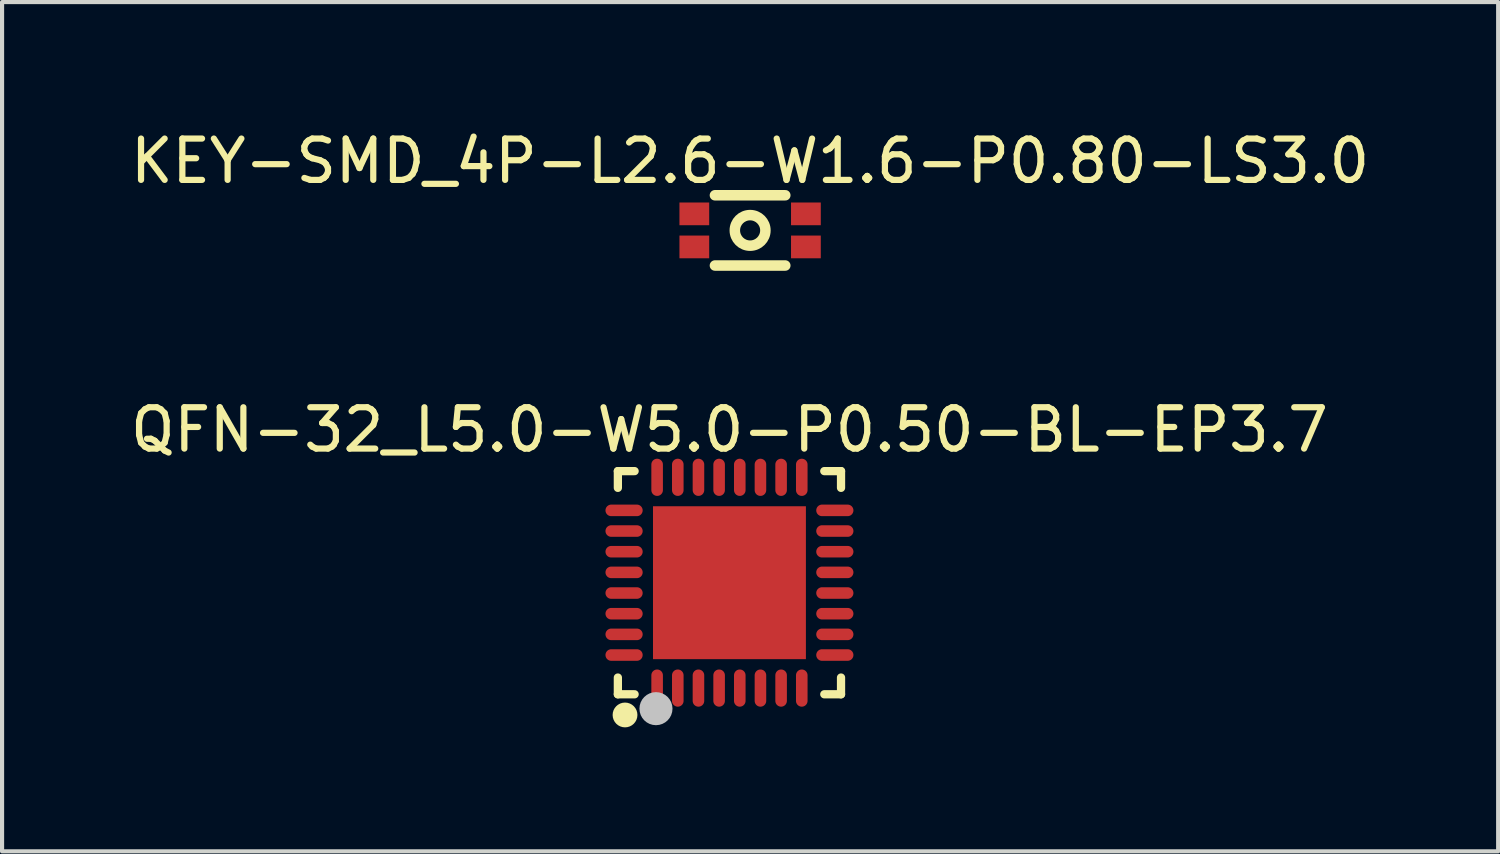
<source format=kicad_pcb>
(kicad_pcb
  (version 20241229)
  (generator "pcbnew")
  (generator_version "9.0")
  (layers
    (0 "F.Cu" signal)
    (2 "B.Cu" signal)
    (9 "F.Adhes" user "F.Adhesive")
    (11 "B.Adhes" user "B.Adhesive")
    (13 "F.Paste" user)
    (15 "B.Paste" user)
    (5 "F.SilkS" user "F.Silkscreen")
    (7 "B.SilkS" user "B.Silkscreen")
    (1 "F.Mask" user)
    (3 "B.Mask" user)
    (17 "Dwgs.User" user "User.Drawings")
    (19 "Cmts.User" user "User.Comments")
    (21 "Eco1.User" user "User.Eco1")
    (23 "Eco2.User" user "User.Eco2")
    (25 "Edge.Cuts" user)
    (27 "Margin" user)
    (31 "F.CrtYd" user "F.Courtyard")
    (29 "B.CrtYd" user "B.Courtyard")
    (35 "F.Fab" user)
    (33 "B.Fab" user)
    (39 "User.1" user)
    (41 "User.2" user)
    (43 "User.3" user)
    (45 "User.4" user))
  (footprint "KEY-SMD_4P-L2.6-W1.6-P0.80-LS3.0"
    (layer "F.Cu")
    (at 15.101 2.525)
    (property "Reference" "KEY-SMD_4P-L2.6-W1.6-P0.80-LS3.0" (at 0 -1.677 0) (layer "F.SilkS") (effects (font (size 1 1) (thickness 0.15))))
    (fp_line (start -0.851 -0.85) (end 0.851 -0.85) (stroke (width 0.254) (type default)) (layer "F.SilkS"))
    (fp_line (start -0.851 0.85) (end 0.851 0.85) (stroke (width 0.254) (type default)) (layer "F.SilkS"))
    (fp_circle (center 0 0) (end 0.37 0) (stroke (width 0.254) (type default)) (fill no) (layer "F.SilkS"))
    (fp_poly (pts (xy -1.05 -0.65) (xy -1.05 0) (xy -1.25 0) (xy -1.25 -0.125) (xy -1.5 -0.125) (xy -1.5 -0.45) (xy -1.25 -0.45) (xy -1.25 -0.65)) (stroke (width 0.1) (type default)) (fill no) (layer "User.1"))
    (fp_poly (pts (xy -1.05 0.65) (xy -1.05 0) (xy -1.25 0) (xy -1.25 0.125) (xy -1.5 0.125) (xy -1.5 0.45) (xy -1.25 0.45) (xy -1.25 0.65)) (stroke (width 0.1) (type default)) (fill no) (layer "User.1"))
    (fp_poly (pts (xy 1.05 -0.65) (xy 1.05 0) (xy 1.25 0) (xy 1.25 -0.125) (xy 1.5 -0.125) (xy 1.5 -0.45) (xy 1.25 -0.45) (xy 1.25 -0.65)) (stroke (width 0.1) (type default)) (fill no) (layer "User.1"))
    (fp_poly (pts (xy 1.05 0.65) (xy 1.05 0) (xy 1.25 0) (xy 1.25 0.125) (xy 1.5 0.125) (xy 1.5 0.45) (xy 1.25 0.45) (xy 1.25 0.65)) (stroke (width 0.1) (type default)) (fill no) (layer "User.1"))
    (fp_line (start -1.3 -0.8) (end 1.3 -0.8) (stroke (width 0.051) (type default)) (layer "User.2"))
    (fp_line (start -1.3 0.8) (end -1.3 -0.8) (stroke (width 0.051) (type default)) (layer "User.2"))
    (fp_line (start 1.3 -0.8) (end 1.3 0.8) (stroke (width 0.051) (type default)) (layer "User.2"))
    (fp_line (start 1.3 0.8) (end -1.3 0.8) (stroke (width 0.051) (type default)) (layer "User.2"))
    (fp_poly (pts (xy -1.445 -0.823) (xy -1.477 -0.855) (xy -1.523 -0.855) (xy -1.555 -0.823) (xy -1.555 -0.777) (xy -1.523 -0.745) (xy -1.477 -0.745) (xy -1.445 -0.777)) (stroke (width 0.1) (type default)) (fill no) (layer "User.3"))
    (pad "1" smd rect (at -1.35 -0.4) (size 0.72 0.55) (layers "F.Cu" "F.Mask" "F.Paste"))
    (pad "2" smd rect (at 1.35 -0.4) (size 0.72 0.55) (layers "F.Cu" "F.Mask" "F.Paste"))
    (pad "3" smd rect (at -1.35 0.4) (size 0.72 0.55) (layers "F.Cu" "F.Mask" "F.Paste"))
    (pad "4" smd rect (at 1.35 0.4) (size 0.72 0.55) (layers "F.Cu" "F.Mask" "F.Paste")))
  (footprint "QFN-32_L5.0-W5.0-P0.50-BL-EP3.7"
    (layer "F.Cu")
    (at 14.601 11.05)
    (property "Reference" "QFN-32_L5.0-W5.0-P0.50-BL-EP3.7" (at 0 -3.7 0) (layer "F.SilkS") (effects (font (size 1 1) (thickness 0.15))))
    (fp_line (start -2.7 -2.7) (end -2.295 -2.7) (stroke (width 0.2) (type default)) (layer "F.SilkS"))
    (fp_line (start -2.7 -2.295) (end -2.7 -2.7) (stroke (width 0.2) (type default)) (layer "F.SilkS"))
    (fp_line (start -2.7 2.7) (end -2.7 2.295) (stroke (width 0.2) (type default)) (layer "F.SilkS"))
    (fp_line (start -2.295 2.7) (end -2.7 2.7) (stroke (width 0.2) (type default)) (layer "F.SilkS"))
    (fp_line (start 2.295 2.7) (end 2.7 2.7) (stroke (width 0.2) (type default)) (layer "F.SilkS"))
    (fp_line (start 2.7 -2.7) (end 2.295 -2.7) (stroke (width 0.2) (type default)) (layer "F.SilkS"))
    (fp_line (start 2.7 -2.295) (end 2.7 -2.7) (stroke (width 0.2) (type default)) (layer "F.SilkS"))
    (fp_line (start 2.7 2.7) (end 2.7 2.295) (stroke (width 0.2) (type default)) (layer "F.SilkS"))
    (fp_arc (start -2.5255 3.0505) (mid -2.52625 3.350503) (end -2.528 3.0505) (stroke (width 0.3) (type default)) (layer "F.SilkS"))
    (fp_poly (pts (xy -1.5 -1.5) (xy 1.5 -1.5) (xy 1.5 1.5) (xy -1.5 1.5)) (stroke (width 0) (type default)) (fill yes) (layer "F.Paste"))
    (fp_poly (pts (arc (start -2.86 -1.61) (mid -3 -1.75) (end -2.86 -1.89)) (arc (start -2.2405 -1.89) (mid -2.1005 -1.75) (end -2.2405 -1.61))) (stroke (width 0) (type default)) (fill yes) (layer "F.Paste"))
    (fp_poly (pts (arc (start -2.86 -1.11) (mid -3 -1.25) (end -2.86 -1.39)) (arc (start -2.2405 -1.39) (mid -2.1005 -1.25) (end -2.2405 -1.11))) (stroke (width 0) (type default)) (fill yes) (layer "F.Paste"))
    (fp_poly (pts (arc (start -2.86 -0.6095) (mid -3 -0.7495) (end -2.86 -0.8895)) (arc (start -2.2405 -0.8895) (mid -2.1005 -0.7495) (end -2.2405 -0.6095))) (stroke (width 0) (type default)) (fill yes) (layer "F.Paste"))
    (fp_poly (pts (arc (start -2.86 -0.109) (mid -3 -0.249) (end -2.86 -0.389)) (arc (start -2.2405 -0.389) (mid -2.1005 -0.249) (end -2.2405 -0.109))) (stroke (width 0) (type default)) (fill yes) (layer "F.Paste"))
    (fp_poly (pts (arc (start -2.86 0.389) (mid -3 0.249) (end -2.86 0.109)) (arc (start -2.2405 0.109) (mid -2.1005 0.249) (end -2.2405 0.389))) (stroke (width 0) (type default)) (fill yes) (layer "F.Paste"))
    (fp_poly (pts (arc (start -2.86 0.889) (mid -3 0.749) (end -2.86 0.609)) (arc (start -2.2405 0.609) (mid -2.1005 0.749) (end -2.2405 0.889))) (stroke (width 0) (type default)) (fill yes) (layer "F.Paste"))
    (fp_poly (pts (arc (start -2.86 1.3895) (mid -3 1.2495) (end -2.86 1.1095)) (arc (start -2.2405 1.1095) (mid -2.1005 1.2495) (end -2.2405 1.3895))) (stroke (width 0) (type default)) (fill yes) (layer "F.Paste"))
    (fp_poly (pts (arc (start -2.86 1.89) (mid -3 1.75) (end -2.86 1.61)) (arc (start -2.2405 1.61) (mid -2.1005 1.75) (end -2.2405 1.89))) (stroke (width 0) (type default)) (fill yes) (layer "F.Paste"))
    (fp_poly (pts (arc (start -1.89 -2.86) (mid -1.75 -3) (end -1.61 -2.86)) (arc (start -1.61 -2.24) (mid -1.75 -2.1) (end -1.89 -2.24))) (stroke (width 0) (type default)) (fill yes) (layer "F.Paste"))
    (fp_poly (pts (arc (start -1.89 2.24) (mid -1.75 2.1) (end -1.61 2.24)) (arc (start -1.61 2.86) (mid -1.75 3) (end -1.89 2.86))) (stroke (width 0) (type default)) (fill yes) (layer "F.Paste"))
    (fp_poly (pts (arc (start -1.39 -2.86) (mid -1.25 -3) (end -1.11 -2.86)) (arc (start -1.11 -2.24) (mid -1.25 -2.1) (end -1.39 -2.24))) (stroke (width 0) (type default)) (fill yes) (layer "F.Paste"))
    (fp_poly (pts (arc (start -1.39 2.24) (mid -1.25 2.1) (end -1.11 2.24)) (arc (start -1.11 2.86) (mid -1.25 3) (end -1.39 2.86))) (stroke (width 0) (type default)) (fill yes) (layer "F.Paste"))
    (fp_poly (pts (arc (start -0.8895 -2.86) (mid -0.7495 -3) (end -0.6095 -2.86)) (arc (start -0.6095 -2.24) (mid -0.7495 -2.1) (end -0.8895 -2.24))) (stroke (width 0) (type default)) (fill yes) (layer "F.Paste"))
    (fp_poly (pts (arc (start -0.8895 2.24) (mid -0.7495 2.1) (end -0.6095 2.24)) (arc (start -0.6095 2.86) (mid -0.7495 3) (end -0.8895 2.86))) (stroke (width 0) (type default)) (fill yes) (layer "F.Paste"))
    (fp_poly (pts (arc (start -0.389 -2.86) (mid -0.249 -3) (end -0.109 -2.86)) (arc (start -0.109 -2.24) (mid -0.249 -2.1) (end -0.389 -2.24))) (stroke (width 0) (type default)) (fill yes) (layer "F.Paste"))
    (fp_poly (pts (arc (start -0.389 2.24) (mid -0.249 2.1) (end -0.109 2.24)) (arc (start -0.109 2.86) (mid -0.249 3) (end -0.389 2.86))) (stroke (width 0) (type default)) (fill yes) (layer "F.Paste"))
    (fp_poly (pts (arc (start 0.109 -2.86) (mid 0.249 -3) (end 0.389 -2.86)) (arc (start 0.389 -2.24) (mid 0.249 -2.1) (end 0.109 -2.24))) (stroke (width 0) (type default)) (fill yes) (layer "F.Paste"))
    (fp_poly (pts (arc (start 0.109 2.24) (mid 0.249 2.1) (end 0.389 2.24)) (arc (start 0.389 2.86) (mid 0.249 3) (end 0.109 2.86))) (stroke (width 0) (type default)) (fill yes) (layer "F.Paste"))
    (fp_poly (pts (arc (start 0.609 -2.86) (mid 0.749 -3) (end 0.889 -2.86)) (arc (start 0.889 -2.24) (mid 0.749 -2.1) (end 0.609 -2.24))) (stroke (width 0) (type default)) (fill yes) (layer "F.Paste"))
    (fp_poly (pts (arc (start 0.609 2.24) (mid 0.749 2.1) (end 0.889 2.24)) (arc (start 0.889 2.86) (mid 0.749 3) (end 0.609 2.86))) (stroke (width 0) (type default)) (fill yes) (layer "F.Paste"))
    (fp_poly (pts (arc (start 1.1095 -2.86) (mid 1.2495 -3) (end 1.3895 -2.86)) (arc (start 1.3895 -2.24) (mid 1.2495 -2.1) (end 1.1095 -2.24))) (stroke (width 0) (type default)) (fill yes) (layer "F.Paste"))
    (fp_poly (pts (arc (start 1.1095 2.24) (mid 1.2495 2.1) (end 1.3895 2.24)) (arc (start 1.3895 2.86) (mid 1.2495 3) (end 1.1095 2.86))) (stroke (width 0) (type default)) (fill yes) (layer "F.Paste"))
    (fp_poly (pts (arc (start 1.61 -2.86) (mid 1.75 -3) (end 1.89 -2.86)) (arc (start 1.89 -2.24) (mid 1.75 -2.1) (end 1.61 -2.24))) (stroke (width 0) (type default)) (fill yes) (layer "F.Paste"))
    (fp_poly (pts (arc (start 1.61 2.24) (mid 1.75 2.1) (end 1.89 2.24)) (arc (start 1.89 2.86) (mid 1.75 3) (end 1.61 2.86))) (stroke (width 0) (type default)) (fill yes) (layer "F.Paste"))
    (fp_poly (pts (arc (start 2.24 -1.61) (mid 2.1 -1.75) (end 2.24 -1.89)) (arc (start 2.86 -1.89) (mid 3 -1.75) (end 2.86 -1.61))) (stroke (width 0) (type default)) (fill yes) (layer "F.Paste"))
    (fp_poly (pts (arc (start 2.24 -1.11) (mid 2.1 -1.25) (end 2.24 -1.39)) (arc (start 2.86 -1.39) (mid 3 -1.25) (end 2.86 -1.11))) (stroke (width 0) (type default)) (fill yes) (layer "F.Paste"))
    (fp_poly (pts (arc (start 2.24 -0.6095) (mid 2.1 -0.7495) (end 2.24 -0.8895)) (arc (start 2.86 -0.8895) (mid 3 -0.7495) (end 2.86 -0.6095))) (stroke (width 0) (type default)) (fill yes) (layer "F.Paste"))
    (fp_poly (pts (arc (start 2.24 -0.109) (mid 2.1 -0.249) (end 2.24 -0.389)) (arc (start 2.86 -0.389) (mid 3 -0.249) (end 2.86 -0.109))) (stroke (width 0) (type default)) (fill yes) (layer "F.Paste"))
    (fp_poly (pts (arc (start 2.24 0.389) (mid 2.1 0.249) (end 2.24 0.109)) (arc (start 2.86 0.109) (mid 3 0.249) (end 2.86 0.389))) (stroke (width 0) (type default)) (fill yes) (layer "F.Paste"))
    (fp_poly (pts (arc (start 2.24 0.889) (mid 2.1 0.749) (end 2.24 0.609)) (arc (start 2.86 0.609) (mid 3 0.749) (end 2.86 0.889))) (stroke (width 0) (type default)) (fill yes) (layer "F.Paste"))
    (fp_poly (pts (arc (start 2.24 1.3895) (mid 2.1 1.2495) (end 2.24 1.1095)) (arc (start 2.86 1.1095) (mid 3 1.2495) (end 2.86 1.3895))) (stroke (width 0) (type default)) (fill yes) (layer "F.Paste"))
    (fp_poly (pts (arc (start 2.24 1.89) (mid 2.1 1.75) (end 2.24 1.61)) (arc (start 2.86 1.61) (mid 3 1.75) (end 2.86 1.89))) (stroke (width 0) (type default)) (fill yes) (layer "F.Paste"))
    (fp_circle (center -1.778 3.048) (end -1.578 3.048) (stroke (width 0.4) (type default)) (fill no) (layer "Dwgs.User"))
    (fp_poly (pts (xy -2.503 -1.89) (xy -2.1 -1.89) (xy -2.1 -1.61) (xy -2.503 -1.61)) (stroke (width 0.1) (type default)) (fill no) (layer "User.1"))
    (fp_poly (pts (xy -2.503 -1.389) (xy -2.1 -1.389) (xy -2.1 -1.109) (xy -2.503 -1.109)) (stroke (width 0.1) (type default)) (fill no) (layer "User.1"))
    (fp_poly (pts (xy -2.503 -0.889) (xy -2.1 -0.889) (xy -2.1 -0.609) (xy -2.503 -0.609)) (stroke (width 0.1) (type default)) (fill no) (layer "User.1"))
    (fp_poly (pts (xy -2.503 -0.389) (xy -2.1 -0.389) (xy -2.1 -0.109) (xy -2.503 -0.109)) (stroke (width 0.1) (type default)) (fill no) (layer "User.1"))
    (fp_poly (pts (xy -2.1 0.389) (xy -2.503 0.389) (xy -2.503 0.109) (xy -2.1 0.109)) (stroke (width 0.1) (type default)) (fill no) (layer "User.1"))
    (fp_poly (pts (xy -2.1 0.889) (xy -2.503 0.889) (xy -2.503 0.61) (xy -2.1 0.61)) (stroke (width 0.1) (type default)) (fill no) (layer "User.1"))
    (fp_poly (pts (xy -2.1 1.39) (xy -2.503 1.39) (xy -2.503 1.11) (xy -2.1 1.11)) (stroke (width 0.1) (type default)) (fill no) (layer "User.1"))
    (fp_poly (pts (xy -2.1 1.89) (xy -2.503 1.89) (xy -2.503 1.61) (xy -2.1 1.61)) (stroke (width 0.1) (type default)) (fill no) (layer "User.1"))
    (fp_poly (pts (xy -1.89 -2.1) (xy -1.89 -2.503) (xy -1.61 -2.503) (xy -1.61 -2.1)) (stroke (width 0.1) (type default)) (fill no) (layer "User.1"))
    (fp_poly (pts (xy -1.89 2.503) (xy -1.89 2.1) (xy -1.61 2.1) (xy -1.61 2.503)) (stroke (width 0.1) (type default)) (fill no) (layer "User.1"))
    (fp_poly (pts (xy -1.85 -1.85) (xy 1.85 -1.85) (xy 1.85 1.85) (xy -1.85 1.85)) (stroke (width 0.1) (type default)) (fill no) (layer "User.1"))
    (fp_poly (pts (xy -1.389 -2.1) (xy -1.389 -2.503) (xy -1.109 -2.503) (xy -1.109 -2.1)) (stroke (width 0.1) (type default)) (fill no) (layer "User.1"))
    (fp_poly (pts (xy -1.389 2.503) (xy -1.389 2.1) (xy -1.109 2.1) (xy -1.109 2.503)) (stroke (width 0.1) (type default)) (fill no) (layer "User.1"))
    (fp_poly (pts (xy -0.889 -2.1) (xy -0.889 -2.503) (xy -0.61 -2.503) (xy -0.61 -2.1)) (stroke (width 0.1) (type default)) (fill no) (layer "User.1"))
    (fp_poly (pts (xy -0.889 2.503) (xy -0.889 2.1) (xy -0.609 2.1) (xy -0.609 2.503)) (stroke (width 0.1) (type default)) (fill no) (layer "User.1"))
    (fp_poly (pts (xy -0.389 -2.1) (xy -0.389 -2.503) (xy -0.109 -2.503) (xy -0.109 -2.1)) (stroke (width 0.1) (type default)) (fill no) (layer "User.1"))
    (fp_poly (pts (xy -0.11 2.1) (xy -0.11 2.503) (xy -0.39 2.503) (xy -0.39 2.1)) (stroke (width 0.1) (type default)) (fill no) (layer "User.1"))
    (fp_poly (pts (xy 0.389 -2.503) (xy 0.389 -2.1) (xy 0.109 -2.1) (xy 0.109 -2.503)) (stroke (width 0.1) (type default)) (fill no) (layer "User.1"))
    (fp_poly (pts (xy 0.39 2.1) (xy 0.39 2.503) (xy 0.11 2.503) (xy 0.11 2.1)) (stroke (width 0.1) (type default)) (fill no) (layer "User.1"))
    (fp_poly (pts (xy 0.889 -2.503) (xy 0.889 -2.1) (xy 0.61 -2.1) (xy 0.61 -2.503)) (stroke (width 0.1) (type default)) (fill no) (layer "User.1"))
    (fp_poly (pts (xy 0.889 2.1) (xy 0.889 2.503) (xy 0.61 2.503) (xy 0.61 2.1)) (stroke (width 0.1) (type default)) (fill no) (layer "User.1"))
    (fp_poly (pts (xy 1.389 -2.503) (xy 1.389 -2.1) (xy 1.109 -2.1) (xy 1.109 -2.503)) (stroke (width 0.1) (type default)) (fill no) (layer "User.1"))
    (fp_poly (pts (xy 1.39 2.1) (xy 1.39 2.503) (xy 1.11 2.503) (xy 1.11 2.1)) (stroke (width 0.1) (type default)) (fill no) (layer "User.1"))
    (fp_poly (pts (xy 1.89 -2.503) (xy 1.89 -2.1) (xy 1.61 -2.1) (xy 1.61 -2.503)) (stroke (width 0.1) (type default)) (fill no) (layer "User.1"))
    (fp_poly (pts (xy 1.89 2.1) (xy 1.89 2.503) (xy 1.61 2.503) (xy 1.61 2.1)) (stroke (width 0.1) (type default)) (fill no) (layer "User.1"))
    (fp_poly (pts (xy 2.1 -1.89) (xy 2.503 -1.89) (xy 2.503 -1.61) (xy 2.1 -1.61)) (stroke (width 0.1) (type default)) (fill no) (layer "User.1"))
    (fp_poly (pts (xy 2.1 -1.389) (xy 2.503 -1.389) (xy 2.503 -1.109) (xy 2.1 -1.109)) (stroke (width 0.1) (type default)) (fill no) (layer "User.1"))
    (fp_poly (pts (xy 2.1 -0.889) (xy 2.503 -0.889) (xy 2.503 -0.61) (xy 2.1 -0.61)) (stroke (width 0.1) (type default)) (fill no) (layer "User.1"))
    (fp_poly (pts (xy 2.1 -0.389) (xy 2.503 -0.389) (xy 2.503 -0.109) (xy 2.1 -0.109)) (stroke (width 0.1) (type default)) (fill no) (layer "User.1"))
    (fp_poly (pts (xy 2.503 0.389) (xy 2.1 0.389) (xy 2.1 0.109) (xy 2.503 0.109)) (stroke (width 0.1) (type default)) (fill no) (layer "User.1"))
    (fp_poly (pts (xy 2.503 0.889) (xy 2.1 0.889) (xy 2.1 0.61) (xy 2.503 0.61)) (stroke (width 0.1) (type default)) (fill no) (layer "User.1"))
    (fp_poly (pts (xy 2.503 1.389) (xy 2.1 1.389) (xy 2.1 1.109) (xy 2.503 1.109)) (stroke (width 0.1) (type default)) (fill no) (layer "User.1"))
    (fp_poly (pts (xy 2.503 1.89) (xy 2.1 1.89) (xy 2.1 1.61) (xy 2.503 1.61)) (stroke (width 0.1) (type default)) (fill no) (layer "User.1"))
    (fp_line (start -2.5 -2.5) (end 2.5 -2.5) (stroke (width 0.051) (type default)) (layer "User.2"))
    (fp_line (start -2.5 2.5) (end -2.5 -2.5) (stroke (width 0.051) (type default)) (layer "User.2"))
    (fp_line (start 2.5 -2.5) (end 2.5 2.5) (stroke (width 0.051) (type default)) (layer "User.2"))
    (fp_line (start 2.5 2.5) (end -2.5 2.5) (stroke (width 0.051) (type default)) (layer "User.2"))
    (fp_poly (pts (xy -2.448 2.48) (xy -2.48 2.448) (xy -2.526 2.448) (xy -2.558 2.48) (xy -2.558 2.526) (xy -2.526 2.558) (xy -2.48 2.558) (xy -2.448 2.526)) (stroke (width 0.1) (type default)) (fill no) (layer "User.3"))
    (pad "1" smd oval (at -1.75 2.55) (size 0.28 0.9) (layers "F.Cu" "F.Mask" "F.Paste"))
    (pad "2" smd oval (at -1.25 2.55) (size 0.28 0.9) (layers "F.Cu" "F.Mask" "F.Paste"))
    (pad "3" smd oval (at -0.75 2.55) (size 0.28 0.9) (layers "F.Cu" "F.Mask" "F.Paste"))
    (pad "4" smd oval (at -0.25 2.55) (size 0.28 0.9) (layers "F.Cu" "F.Mask" "F.Paste"))
    (pad "5" smd oval (at 0.25 2.55) (size 0.28 0.9) (layers "F.Cu" "F.Mask" "F.Paste"))
    (pad "6" smd oval (at 0.75 2.55) (size 0.28 0.9) (layers "F.Cu" "F.Mask" "F.Paste"))
    (pad "7" smd oval (at 1.25 2.55) (size 0.28 0.9) (layers "F.Cu" "F.Mask" "F.Paste"))
    (pad "8" smd oval (at 1.75 2.55) (size 0.28 0.9) (layers "F.Cu" "F.Mask" "F.Paste"))
    (pad "9" smd oval (at 2.55 1.75) (size 0.9 0.28) (layers "F.Cu" "F.Mask" "F.Paste"))
    (pad "10" smd oval (at 2.55 1.25) (size 0.9 0.28) (layers "F.Cu" "F.Mask" "F.Paste"))
    (pad "11" smd oval (at 2.55 0.75) (size 0.9 0.28) (layers "F.Cu" "F.Mask" "F.Paste"))
    (pad "12" smd oval (at 2.55 0.25) (size 0.9 0.28) (layers "F.Cu" "F.Mask" "F.Paste"))
    (pad "13" smd oval (at 2.55 -0.25) (size 0.9 0.28) (layers "F.Cu" "F.Mask" "F.Paste"))
    (pad "14" smd oval (at 2.55 -0.75) (size 0.9 0.28) (layers "F.Cu" "F.Mask" "F.Paste"))
    (pad "15" smd oval (at 2.55 -1.25) (size 0.9 0.28) (layers "F.Cu" "F.Mask" "F.Paste"))
    (pad "16" smd oval (at 2.55 -1.75) (size 0.9 0.28) (layers "F.Cu" "F.Mask" "F.Paste"))
    (pad "17" smd oval (at 1.75 -2.55) (size 0.28 0.9) (layers "F.Cu" "F.Mask" "F.Paste"))
    (pad "18" smd oval (at 1.25 -2.55) (size 0.28 0.9) (layers "F.Cu" "F.Mask" "F.Paste"))
    (pad "19" smd oval (at 0.75 -2.55) (size 0.28 0.9) (layers "F.Cu" "F.Mask" "F.Paste"))
    (pad "20" smd oval (at 0.25 -2.55) (size 0.28 0.9) (layers "F.Cu" "F.Mask" "F.Paste"))
    (pad "21" smd oval (at -0.25 -2.55) (size 0.28 0.9) (layers "F.Cu" "F.Mask" "F.Paste"))
    (pad "22" smd oval (at -0.75 -2.55) (size 0.28 0.9) (layers "F.Cu" "F.Mask" "F.Paste"))
    (pad "23" smd oval (at -1.25 -2.55) (size 0.28 0.9) (layers "F.Cu" "F.Mask" "F.Paste"))
    (pad "24" smd oval (at -1.75 -2.55) (size 0.28 0.9) (layers "F.Cu" "F.Mask" "F.Paste"))
    (pad "25" smd oval (at -2.55 -1.75) (size 0.9 0.28) (layers "F.Cu" "F.Mask" "F.Paste"))
    (pad "26" smd oval (at -2.55 -1.25) (size 0.9 0.28) (layers "F.Cu" "F.Mask" "F.Paste"))
    (pad "27" smd oval (at -2.55 -0.75) (size 0.9 0.28) (layers "F.Cu" "F.Mask" "F.Paste"))
    (pad "28" smd oval (at -2.55 -0.25) (size 0.9 0.28) (layers "F.Cu" "F.Mask" "F.Paste"))
    (pad "29" smd oval (at -2.55 0.25) (size 0.9 0.28) (layers "F.Cu" "F.Mask" "F.Paste"))
    (pad "30" smd oval (at -2.55 0.75) (size 0.9 0.28) (layers "F.Cu" "F.Mask" "F.Paste"))
    (pad "31" smd oval (at -2.55 1.25) (size 0.9 0.28) (layers "F.Cu" "F.Mask" "F.Paste"))
    (pad "32" smd oval (at -2.55 1.75) (size 0.9 0.28) (layers "F.Cu" "F.Mask" "F.Paste"))
    (pad "33" smd rect (at 0 0) (size 3.7 3.7) (layers "F.Cu" "F.Mask" "F.Paste")))
  (gr_rect
    (start -3 -3)
    (end 33.202 17.551)
    (stroke (width 0.1) (type default))
    (fill no)
    (layer "Edge.Cuts")))
</source>
